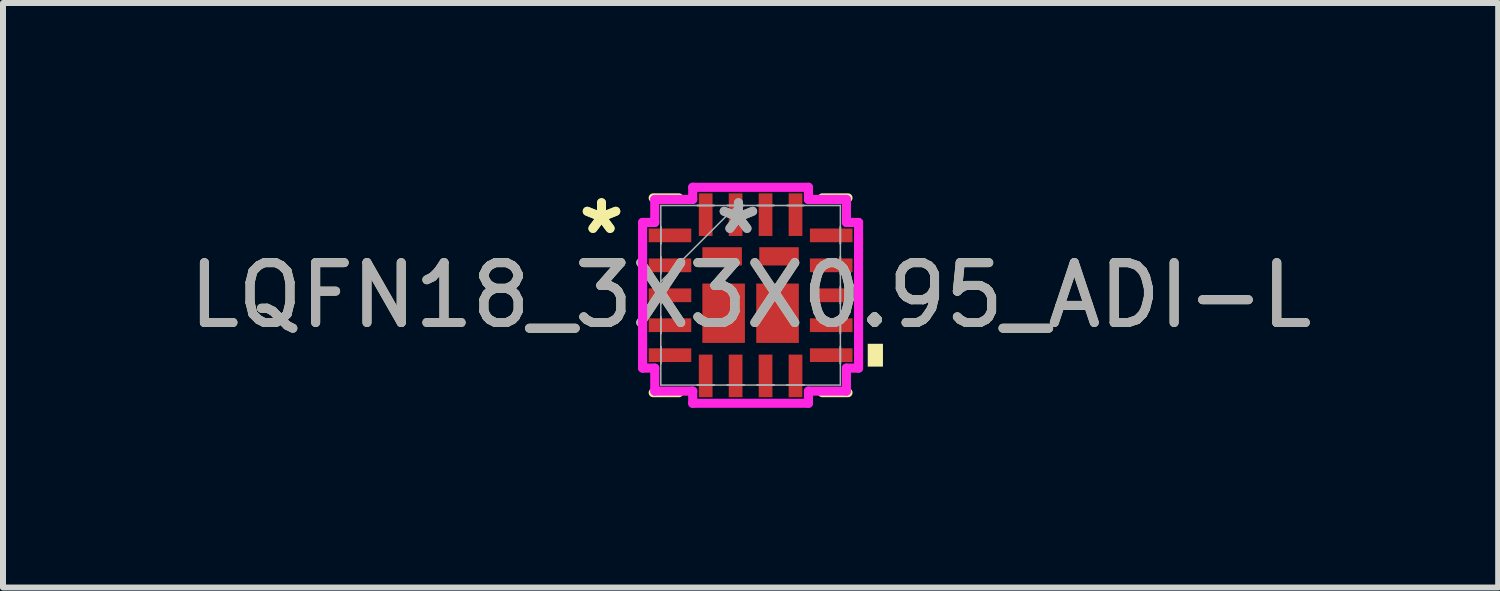
<source format=kicad_pcb>
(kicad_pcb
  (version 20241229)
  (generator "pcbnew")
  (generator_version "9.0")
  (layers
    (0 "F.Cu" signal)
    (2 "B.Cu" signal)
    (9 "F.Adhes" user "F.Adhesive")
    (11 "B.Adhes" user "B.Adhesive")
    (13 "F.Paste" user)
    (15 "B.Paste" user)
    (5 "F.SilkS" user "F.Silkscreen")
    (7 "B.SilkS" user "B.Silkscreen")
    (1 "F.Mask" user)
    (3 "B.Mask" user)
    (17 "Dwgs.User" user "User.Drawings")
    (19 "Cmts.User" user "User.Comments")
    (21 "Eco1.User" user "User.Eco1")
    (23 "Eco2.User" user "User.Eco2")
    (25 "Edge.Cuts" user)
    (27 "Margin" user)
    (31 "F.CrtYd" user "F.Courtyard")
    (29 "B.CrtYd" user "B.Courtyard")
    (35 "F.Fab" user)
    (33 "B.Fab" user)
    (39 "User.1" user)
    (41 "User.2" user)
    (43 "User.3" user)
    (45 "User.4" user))
  (footprint "LQFN18_3X3X0.95_ADI-L"
    (layer "F.Cu")
    (at 9.482 1.88)
    (property "Reference" "LQFN18_3X3X0.95_ADI-L" (at 0 0 0) (unlocked yes) (layer "F.SilkS") (effects (font (size 1 1) (thickness 0.15))))
    (attr smd)
    (fp_line (start -1.626 1.626) (end -1.197 1.626) (stroke (width 0.152) (type solid)) (layer "F.SilkS"))
    (fp_line (start -1.197 -1.626) (end -1.626 -1.626) (stroke (width 0.152) (type solid)) (layer "F.SilkS"))
    (fp_line (start 1.197 1.626) (end 1.626 1.626) (stroke (width 0.152) (type solid)) (layer "F.SilkS"))
    (fp_line (start 1.626 -1.626) (end 1.197 -1.626) (stroke (width 0.152) (type solid)) (layer "F.SilkS"))
    (fp_poly (pts (xy 2.21 0.81) (xy 2.21 1.191) (xy 1.956 1.191) (xy 1.956 0.81)) (stroke (width 0) (type solid)) (fill yes) (layer "F.SilkS"))
    (fp_line (start -1.803 -1.216) (end -1.6 -1.216) (stroke (width 0.152) (type solid)) (layer "F.CrtYd"))
    (fp_line (start -1.803 1.216) (end -1.803 -1.216) (stroke (width 0.152) (type solid)) (layer "F.CrtYd"))
    (fp_line (start -1.6 -1.6) (end -0.966 -1.6) (stroke (width 0.152) (type solid)) (layer "F.CrtYd"))
    (fp_line (start -1.6 -1.216) (end -1.6 -1.6) (stroke (width 0.152) (type solid)) (layer "F.CrtYd"))
    (fp_line (start -1.6 1.216) (end -1.803 1.216) (stroke (width 0.152) (type solid)) (layer "F.CrtYd"))
    (fp_line (start -1.6 1.6) (end -1.6 1.216) (stroke (width 0.152) (type solid)) (layer "F.CrtYd"))
    (fp_line (start -0.966 -1.803) (end 0.966 -1.803) (stroke (width 0.152) (type solid)) (layer "F.CrtYd"))
    (fp_line (start -0.966 -1.6) (end -0.966 -1.803) (stroke (width 0.152) (type solid)) (layer "F.CrtYd"))
    (fp_line (start -0.966 1.6) (end -1.6 1.6) (stroke (width 0.152) (type solid)) (layer "F.CrtYd"))
    (fp_line (start -0.966 1.803) (end -0.966 1.6) (stroke (width 0.152) (type solid)) (layer "F.CrtYd"))
    (fp_line (start 0.966 -1.803) (end 0.966 -1.6) (stroke (width 0.152) (type solid)) (layer "F.CrtYd"))
    (fp_line (start 0.966 -1.6) (end 1.6 -1.6) (stroke (width 0.152) (type solid)) (layer "F.CrtYd"))
    (fp_line (start 0.966 1.6) (end 0.966 1.803) (stroke (width 0.152) (type solid)) (layer "F.CrtYd"))
    (fp_line (start 0.966 1.803) (end -0.966 1.803) (stroke (width 0.152) (type solid)) (layer "F.CrtYd"))
    (fp_line (start 1.6 -1.6) (end 1.6 -1.216) (stroke (width 0.152) (type solid)) (layer "F.CrtYd"))
    (fp_line (start 1.6 -1.216) (end 1.803 -1.216) (stroke (width 0.152) (type solid)) (layer "F.CrtYd"))
    (fp_line (start 1.6 1.216) (end 1.6 1.6) (stroke (width 0.152) (type solid)) (layer "F.CrtYd"))
    (fp_line (start 1.6 1.6) (end 0.966 1.6) (stroke (width 0.152) (type solid)) (layer "F.CrtYd"))
    (fp_line (start 1.803 -1.216) (end 1.803 1.216) (stroke (width 0.152) (type solid)) (layer "F.CrtYd"))
    (fp_line (start 1.803 1.216) (end 1.6 1.216) (stroke (width 0.152) (type solid)) (layer "F.CrtYd"))
    (fp_line (start -1.499 -1.499) (end -1.499 1.499) (stroke (width 0.025) (type solid)) (layer "F.Fab"))
    (fp_line (start -1.499 -1.14) (end -1.499 -1.14) (stroke (width 0.025) (type solid)) (layer "F.Fab"))
    (fp_line (start -1.499 -1.14) (end -1.499 -0.86) (stroke (width 0.025) (type solid)) (layer "F.Fab"))
    (fp_line (start -1.499 -0.86) (end -1.499 -1.14) (stroke (width 0.025) (type solid)) (layer "F.Fab"))
    (fp_line (start -1.499 -0.86) (end -1.499 -0.86) (stroke (width 0.025) (type solid)) (layer "F.Fab"))
    (fp_line (start -1.499 -0.64) (end -1.499 -0.64) (stroke (width 0.025) (type solid)) (layer "F.Fab"))
    (fp_line (start -1.499 -0.64) (end -1.499 -0.36) (stroke (width 0.025) (type solid)) (layer "F.Fab"))
    (fp_line (start -1.499 -0.36) (end -1.499 -0.64) (stroke (width 0.025) (type solid)) (layer "F.Fab"))
    (fp_line (start -1.499 -0.36) (end -1.499 -0.36) (stroke (width 0.025) (type solid)) (layer "F.Fab"))
    (fp_line (start -1.499 -0.229) (end -0.229 -1.499) (stroke (width 0.025) (type solid)) (layer "F.Fab"))
    (fp_line (start -1.499 -0.14) (end -1.499 -0.14) (stroke (width 0.025) (type solid)) (layer "F.Fab"))
    (fp_line (start -1.499 -0.14) (end -1.499 0.14) (stroke (width 0.025) (type solid)) (layer "F.Fab"))
    (fp_line (start -1.499 0.14) (end -1.499 -0.14) (stroke (width 0.025) (type solid)) (layer "F.Fab"))
    (fp_line (start -1.499 0.14) (end -1.499 0.14) (stroke (width 0.025) (type solid)) (layer "F.Fab"))
    (fp_line (start -1.499 0.36) (end -1.499 0.36) (stroke (width 0.025) (type solid)) (layer "F.Fab"))
    (fp_line (start -1.499 0.36) (end -1.499 0.64) (stroke (width 0.025) (type solid)) (layer "F.Fab"))
    (fp_line (start -1.499 0.64) (end -1.499 0.36) (stroke (width 0.025) (type solid)) (layer "F.Fab"))
    (fp_line (start -1.499 0.64) (end -1.499 0.64) (stroke (width 0.025) (type solid)) (layer "F.Fab"))
    (fp_line (start -1.499 0.86) (end -1.499 0.86) (stroke (width 0.025) (type solid)) (layer "F.Fab"))
    (fp_line (start -1.499 0.86) (end -1.499 1.14) (stroke (width 0.025) (type solid)) (layer "F.Fab"))
    (fp_line (start -1.499 1.14) (end -1.499 0.86) (stroke (width 0.025) (type solid)) (layer "F.Fab"))
    (fp_line (start -1.499 1.14) (end -1.499 1.14) (stroke (width 0.025) (type solid)) (layer "F.Fab"))
    (fp_line (start -1.499 1.499) (end 1.499 1.499) (stroke (width 0.025) (type solid)) (layer "F.Fab"))
    (fp_line (start -0.89 -1.499) (end -0.89 -1.499) (stroke (width 0.025) (type solid)) (layer "F.Fab"))
    (fp_line (start -0.89 -1.499) (end -0.61 -1.499) (stroke (width 0.025) (type solid)) (layer "F.Fab"))
    (fp_line (start -0.89 1.499) (end -0.89 1.499) (stroke (width 0.025) (type solid)) (layer "F.Fab"))
    (fp_line (start -0.89 1.499) (end -0.61 1.499) (stroke (width 0.025) (type solid)) (layer "F.Fab"))
    (fp_line (start -0.61 -1.499) (end -0.89 -1.499) (stroke (width 0.025) (type solid)) (layer "F.Fab"))
    (fp_line (start -0.61 -1.499) (end -0.61 -1.499) (stroke (width 0.025) (type solid)) (layer "F.Fab"))
    (fp_line (start -0.61 1.499) (end -0.89 1.499) (stroke (width 0.025) (type solid)) (layer "F.Fab"))
    (fp_line (start -0.61 1.499) (end -0.61 1.499) (stroke (width 0.025) (type solid)) (layer "F.Fab"))
    (fp_line (start -0.39 -1.499) (end -0.39 -1.499) (stroke (width 0.025) (type solid)) (layer "F.Fab"))
    (fp_line (start -0.39 -1.499) (end -0.11 -1.499) (stroke (width 0.025) (type solid)) (layer "F.Fab"))
    (fp_line (start -0.39 1.499) (end -0.39 1.499) (stroke (width 0.025) (type solid)) (layer "F.Fab"))
    (fp_line (start -0.39 1.499) (end -0.11 1.499) (stroke (width 0.025) (type solid)) (layer "F.Fab"))
    (fp_line (start -0.11 -1.499) (end -0.39 -1.499) (stroke (width 0.025) (type solid)) (layer "F.Fab"))
    (fp_line (start -0.11 -1.499) (end -0.11 -1.499) (stroke (width 0.025) (type solid)) (layer "F.Fab"))
    (fp_line (start -0.11 1.499) (end -0.39 1.499) (stroke (width 0.025) (type solid)) (layer "F.Fab"))
    (fp_line (start -0.11 1.499) (end -0.11 1.499) (stroke (width 0.025) (type solid)) (layer "F.Fab"))
    (fp_line (start 0.11 -1.499) (end 0.11 -1.499) (stroke (width 0.025) (type solid)) (layer "F.Fab"))
    (fp_line (start 0.11 -1.499) (end 0.39 -1.499) (stroke (width 0.025) (type solid)) (layer "F.Fab"))
    (fp_line (start 0.11 1.499) (end 0.11 1.499) (stroke (width 0.025) (type solid)) (layer "F.Fab"))
    (fp_line (start 0.11 1.499) (end 0.39 1.499) (stroke (width 0.025) (type solid)) (layer "F.Fab"))
    (fp_line (start 0.39 -1.499) (end 0.11 -1.499) (stroke (width 0.025) (type solid)) (layer "F.Fab"))
    (fp_line (start 0.39 -1.499) (end 0.39 -1.499) (stroke (width 0.025) (type solid)) (layer "F.Fab"))
    (fp_line (start 0.39 1.499) (end 0.11 1.499) (stroke (width 0.025) (type solid)) (layer "F.Fab"))
    (fp_line (start 0.39 1.499) (end 0.39 1.499) (stroke (width 0.025) (type solid)) (layer "F.Fab"))
    (fp_line (start 0.61 -1.499) (end 0.61 -1.499) (stroke (width 0.025) (type solid)) (layer "F.Fab"))
    (fp_line (start 0.61 -1.499) (end 0.89 -1.499) (stroke (width 0.025) (type solid)) (layer "F.Fab"))
    (fp_line (start 0.61 1.499) (end 0.61 1.499) (stroke (width 0.025) (type solid)) (layer "F.Fab"))
    (fp_line (start 0.61 1.499) (end 0.89 1.499) (stroke (width 0.025) (type solid)) (layer "F.Fab"))
    (fp_line (start 0.89 -1.499) (end 0.61 -1.499) (stroke (width 0.025) (type solid)) (layer "F.Fab"))
    (fp_line (start 0.89 -1.499) (end 0.89 -1.499) (stroke (width 0.025) (type solid)) (layer "F.Fab"))
    (fp_line (start 0.89 1.499) (end 0.61 1.499) (stroke (width 0.025) (type solid)) (layer "F.Fab"))
    (fp_line (start 0.89 1.499) (end 0.89 1.499) (stroke (width 0.025) (type solid)) (layer "F.Fab"))
    (fp_line (start 1.499 -1.499) (end -1.499 -1.499) (stroke (width 0.025) (type solid)) (layer "F.Fab"))
    (fp_line (start 1.499 -1.14) (end 1.499 -1.14) (stroke (width 0.025) (type solid)) (layer "F.Fab"))
    (fp_line (start 1.499 -1.14) (end 1.499 -0.86) (stroke (width 0.025) (type solid)) (layer "F.Fab"))
    (fp_line (start 1.499 -0.86) (end 1.499 -1.14) (stroke (width 0.025) (type solid)) (layer "F.Fab"))
    (fp_line (start 1.499 -0.86) (end 1.499 -0.86) (stroke (width 0.025) (type solid)) (layer "F.Fab"))
    (fp_line (start 1.499 -0.64) (end 1.499 -0.64) (stroke (width 0.025) (type solid)) (layer "F.Fab"))
    (fp_line (start 1.499 -0.64) (end 1.499 -0.36) (stroke (width 0.025) (type solid)) (layer "F.Fab"))
    (fp_line (start 1.499 -0.36) (end 1.499 -0.64) (stroke (width 0.025) (type solid)) (layer "F.Fab"))
    (fp_line (start 1.499 -0.36) (end 1.499 -0.36) (stroke (width 0.025) (type solid)) (layer "F.Fab"))
    (fp_line (start 1.499 -0.14) (end 1.499 -0.14) (stroke (width 0.025) (type solid)) (layer "F.Fab"))
    (fp_line (start 1.499 -0.14) (end 1.499 0.14) (stroke (width 0.025) (type solid)) (layer "F.Fab"))
    (fp_line (start 1.499 0.14) (end 1.499 -0.14) (stroke (width 0.025) (type solid)) (layer "F.Fab"))
    (fp_line (start 1.499 0.14) (end 1.499 0.14) (stroke (width 0.025) (type solid)) (layer "F.Fab"))
    (fp_line (start 1.499 0.36) (end 1.499 0.36) (stroke (width 0.025) (type solid)) (layer "F.Fab"))
    (fp_line (start 1.499 0.36) (end 1.499 0.64) (stroke (width 0.025) (type solid)) (layer "F.Fab"))
    (fp_line (start 1.499 0.64) (end 1.499 0.36) (stroke (width 0.025) (type solid)) (layer "F.Fab"))
    (fp_line (start 1.499 0.64) (end 1.499 0.64) (stroke (width 0.025) (type solid)) (layer "F.Fab"))
    (fp_line (start 1.499 0.86) (end 1.499 0.86) (stroke (width 0.025) (type solid)) (layer "F.Fab"))
    (fp_line (start 1.499 0.86) (end 1.499 1.14) (stroke (width 0.025) (type solid)) (layer "F.Fab"))
    (fp_line (start 1.499 1.14) (end 1.499 0.86) (stroke (width 0.025) (type solid)) (layer "F.Fab"))
    (fp_line (start 1.499 1.14) (end 1.499 1.14) (stroke (width 0.025) (type solid)) (layer "F.Fab"))
    (fp_line (start 1.499 1.499) (end 1.499 -1.499) (stroke (width 0.025) (type solid)) (layer "F.Fab"))
    (fp_text user "*" (at -2.489 -1 0) (layer "F.SilkS") (effects (font (size 1 1) (thickness 0.15))))
    (fp_text user "*" (at -2.489 -1 0) (unlocked yes) (layer "F.SilkS") (effects (font (size 1 1) (thickness 0.15))))
    (fp_text user "${REFERENCE}" (at 0 0 0) (unlocked yes) (layer "F.Fab") (effects (font (size 1 1) (thickness 0.15))))
    (fp_text user "*" (at -0.203 -1 0) (unlocked yes) (layer "F.Fab") (effects (font (size 1 1) (thickness 0.15))))
    (fp_text user "*" (at -0.203 -1 0) (layer "F.Fab") (effects (font (size 1 1) (thickness 0.15))))
    (pad "1" smd rect (at -1.346 -1 90) (size 0.229 0.711) (layers "F.Cu" "F.Mask" "F.Paste"))
    (pad "2" smd rect (at -1.346 -0.5 90) (size 0.229 0.711) (layers "F.Cu" "F.Mask" "F.Paste"))
    (pad "3" smd rect (at -1.346 0 90) (size 0.229 0.711) (layers "F.Cu" "F.Mask" "F.Paste"))
    (pad "4" smd rect (at -1.346 0.5 90) (size 0.229 0.711) (layers "F.Cu" "F.Mask" "F.Paste"))
    (pad "5" smd rect (at -1.346 1 90) (size 0.229 0.711) (layers "F.Cu" "F.Mask" "F.Paste"))
    (pad "6" smd rect (at -0.75 1.346) (size 0.229 0.711) (layers "F.Cu" "F.Mask" "F.Paste"))
    (pad "7" smd rect (at -0.25 1.346) (size 0.229 0.711) (layers "F.Cu" "F.Mask" "F.Paste"))
    (pad "8" smd rect (at 0.25 1.346) (size 0.229 0.711) (layers "F.Cu" "F.Mask" "F.Paste"))
    (pad "9" smd rect (at 0.75 1.346) (size 0.229 0.711) (layers "F.Cu" "F.Mask" "F.Paste"))
    (pad "10" smd rect (at 1.346 1 90) (size 0.229 0.711) (layers "F.Cu" "F.Mask" "F.Paste"))
    (pad "11" smd rect (at 1.346 0.5 90) (size 0.229 0.711) (layers "F.Cu" "F.Mask" "F.Paste"))
    (pad "12" smd rect (at 1.346 0 90) (size 0.229 0.711) (layers "F.Cu" "F.Mask" "F.Paste"))
    (pad "13" smd rect (at 1.346 -0.5 90) (size 0.229 0.711) (layers "F.Cu" "F.Mask" "F.Paste"))
    (pad "14" smd rect (at 1.346 -1 90) (size 0.229 0.711) (layers "F.Cu" "F.Mask" "F.Paste"))
    (pad "15" smd rect (at 0.75 -1.346) (size 0.229 0.711) (layers "F.Cu" "F.Mask" "F.Paste"))
    (pad "16" smd rect (at 0.25 -1.346) (size 0.229 0.711) (layers "F.Cu" "F.Mask" "F.Paste"))
    (pad "17" smd rect (at -0.25 -1.346) (size 0.229 0.711) (layers "F.Cu" "F.Mask" "F.Paste"))
    (pad "18" smd rect (at -0.75 -1.346) (size 0.229 0.711) (layers "F.Cu" "F.Mask" "F.Paste"))
    (pad "19" smd rect (at -0.475 -0.65) (size 0.66 0.305) (layers "F.Cu" "F.Mask" "F.Paste"))
    (pad "20" smd rect (at 0.475 -0.65) (size 0.66 0.305) (layers "F.Cu" "F.Mask" "F.Paste"))
    (pad "21" smd rect (at -0.45 0.3) (size 0.711 0.991) (layers "F.Cu" "F.Mask" "F.Paste"))
    (pad "22" smd rect (at 0.45 0.3) (size 0.711 0.991) (layers "F.Cu" "F.Mask" "F.Paste")))
  (gr_rect
    (start -3 -3)
    (end 21.964 6.759)
    (stroke (width 0.1) (type default))
    (fill no)
    (layer "Edge.Cuts")))
</source>
